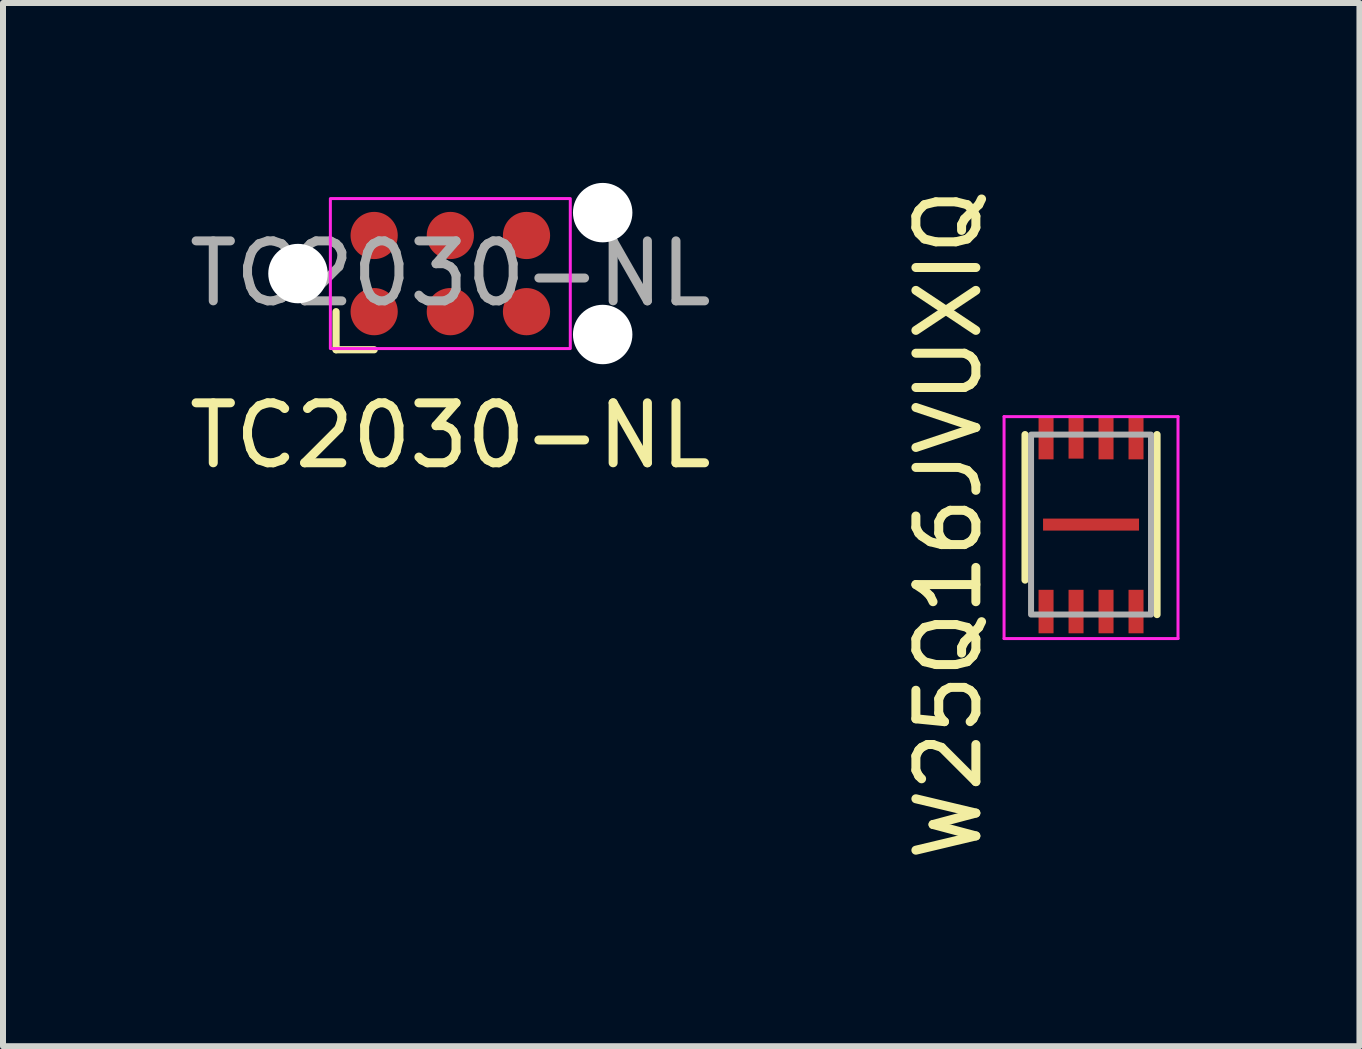
<source format=kicad_pcb>
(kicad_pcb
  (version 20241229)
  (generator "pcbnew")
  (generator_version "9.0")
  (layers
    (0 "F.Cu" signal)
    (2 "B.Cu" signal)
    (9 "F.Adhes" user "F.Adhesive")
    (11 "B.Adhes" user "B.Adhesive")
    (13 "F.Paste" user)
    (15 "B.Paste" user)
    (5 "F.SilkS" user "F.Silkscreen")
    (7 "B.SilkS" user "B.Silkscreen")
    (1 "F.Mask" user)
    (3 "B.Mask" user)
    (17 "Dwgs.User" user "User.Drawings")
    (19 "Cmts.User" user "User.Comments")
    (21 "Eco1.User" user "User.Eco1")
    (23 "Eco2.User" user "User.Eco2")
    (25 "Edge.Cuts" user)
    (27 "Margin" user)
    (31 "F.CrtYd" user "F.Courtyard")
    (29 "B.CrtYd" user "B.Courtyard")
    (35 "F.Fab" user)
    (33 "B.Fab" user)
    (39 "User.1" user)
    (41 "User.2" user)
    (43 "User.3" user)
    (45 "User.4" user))
  (footprint "W25Q16JVUXIQ"
    (layer "F.Cu")
    (at 15.14 5.696)
    (property "Reference" "W25Q16JVUXIQ" (at -2.375 0 90) (layer "F.SilkS") (effects (font (size 1 1) (thickness 0.15))))
    (attr through_hole)
    (fp_line (start -1.1 0.925) (end -1.1 -1.5) (stroke (width 0.12) (type solid)) (layer "F.SilkS"))
    (fp_line (start 1.1 -1.5) (end 1.1 1.5) (stroke (width 0.12) (type solid)) (layer "F.SilkS"))
    (fp_line (start -1.45 -1.8) (end 1.45 -1.8) (stroke (width 0.05) (type solid)) (layer "F.CrtYd"))
    (fp_line (start -1.45 1.9) (end -1.45 -1.8) (stroke (width 0.05) (type solid)) (layer "F.CrtYd"))
    (fp_line (start 1.45 -1.8) (end 1.45 1.9) (stroke (width 0.05) (type solid)) (layer "F.CrtYd"))
    (fp_line (start 1.45 1.9) (end -1.45 1.9) (stroke (width 0.05) (type solid)) (layer "F.CrtYd"))
    (fp_rect (start -1 -1.5) (end 1 1.5) (stroke (width 0.1) (type solid)) (fill no) (layer "F.Fab"))
    (pad "1" smd rect (at -0.75 1.45) (size 0.25 0.725) (layers "F.Cu" "F.Mask" "F.Paste"))
    (pad "2" smd rect (at -0.25 1.45) (size 0.25 0.725) (layers "F.Cu" "F.Mask" "F.Paste"))
    (pad "3" smd rect (at 0.25 1.45) (size 0.25 0.725) (layers "F.Cu" "F.Mask" "F.Paste"))
    (pad "4" smd rect (at 0.75 1.45) (size 0.25 0.725) (layers "F.Cu" "F.Mask" "F.Paste"))
    (pad "5" smd rect (at 0.75 -1.45) (size 0.25 0.725) (layers "F.Cu" "F.Mask" "F.Paste"))
    (pad "6" smd rect (at 0.25 -1.45) (size 0.25 0.725) (layers "F.Cu" "F.Mask" "F.Paste"))
    (pad "7" smd rect (at -0.25 -1.462) (size 0.25 0.725) (layers "F.Cu" "F.Mask" "F.Paste"))
    (pad "8" smd rect (at -0.75 -1.45) (size 0.25 0.725) (layers "F.Cu" "F.Mask" "F.Paste"))
    (pad "9" smd rect (at 0 0) (size 1.6 0.2) (layers "F.Cu" "F.Mask" "F.Paste")))
  (footprint "TC2030-NL"
    (layer "F.Cu")
    (at 4.458 1.511)
    (property "Reference" "TC2030-NL" (at 0 2.7 0) (layer "F.SilkS") (effects (font (size 1 1) (thickness 0.15))))
    (attr exclude_from_pos_files exclude_from_bom)
    (fp_line (start -1.905 1.27) (end -1.905 0.635) (stroke (width 0.12) (type solid)) (layer "F.SilkS"))
    (fp_line (start -1.27 1.27) (end -1.905 1.27) (stroke (width 0.12) (type solid)) (layer "F.SilkS"))
    (fp_rect (start -2 -1.25) (end 2 1.25) (stroke (width 0.05) (type default)) (fill no) (layer "F.CrtYd"))
    (fp_text user "${REFERENCE}" (at 0 0 0) (layer "F.Fab") (effects (font (size 1 1) (thickness 0.15))))
    (pad "" np_thru_hole circle (at -2.54 0) (size 0.991 0.991) (drill 0.991) (layers "*.Cu" "*.Mask"))
    (pad "" np_thru_hole circle (at 2.54 -1.016) (size 0.991 0.991) (drill 0.991) (layers "*.Cu" "*.Mask"))
    (pad "" np_thru_hole circle (at 2.54 1.016) (size 0.991 0.991) (drill 0.991) (layers "*.Cu" "*.Mask"))
    (pad "1" connect circle (at -1.27 0.635) (size 0.787 0.787) (layers "F.Cu" "F.Mask"))
    (pad "2" connect circle (at -1.27 -0.635) (size 0.787 0.787) (layers "F.Cu" "F.Mask"))
    (pad "3" connect circle (at 0 0.635) (size 0.787 0.787) (layers "F.Cu" "F.Mask"))
    (pad "4" connect circle (at 0 -0.635) (size 0.787 0.787) (layers "F.Cu" "F.Mask"))
    (pad "5" connect circle (at 1.27 0.635) (size 0.787 0.787) (layers "F.Cu" "F.Mask"))
    (pad "6" connect circle (at 1.27 -0.635) (size 0.787 0.787) (layers "F.Cu" "F.Mask")))
  (gr_rect
    (start -3 -3)
    (end 19.615 14.393)
    (stroke (width 0.1) (type default))
    (fill no)
    (layer "Edge.Cuts")))
</source>
